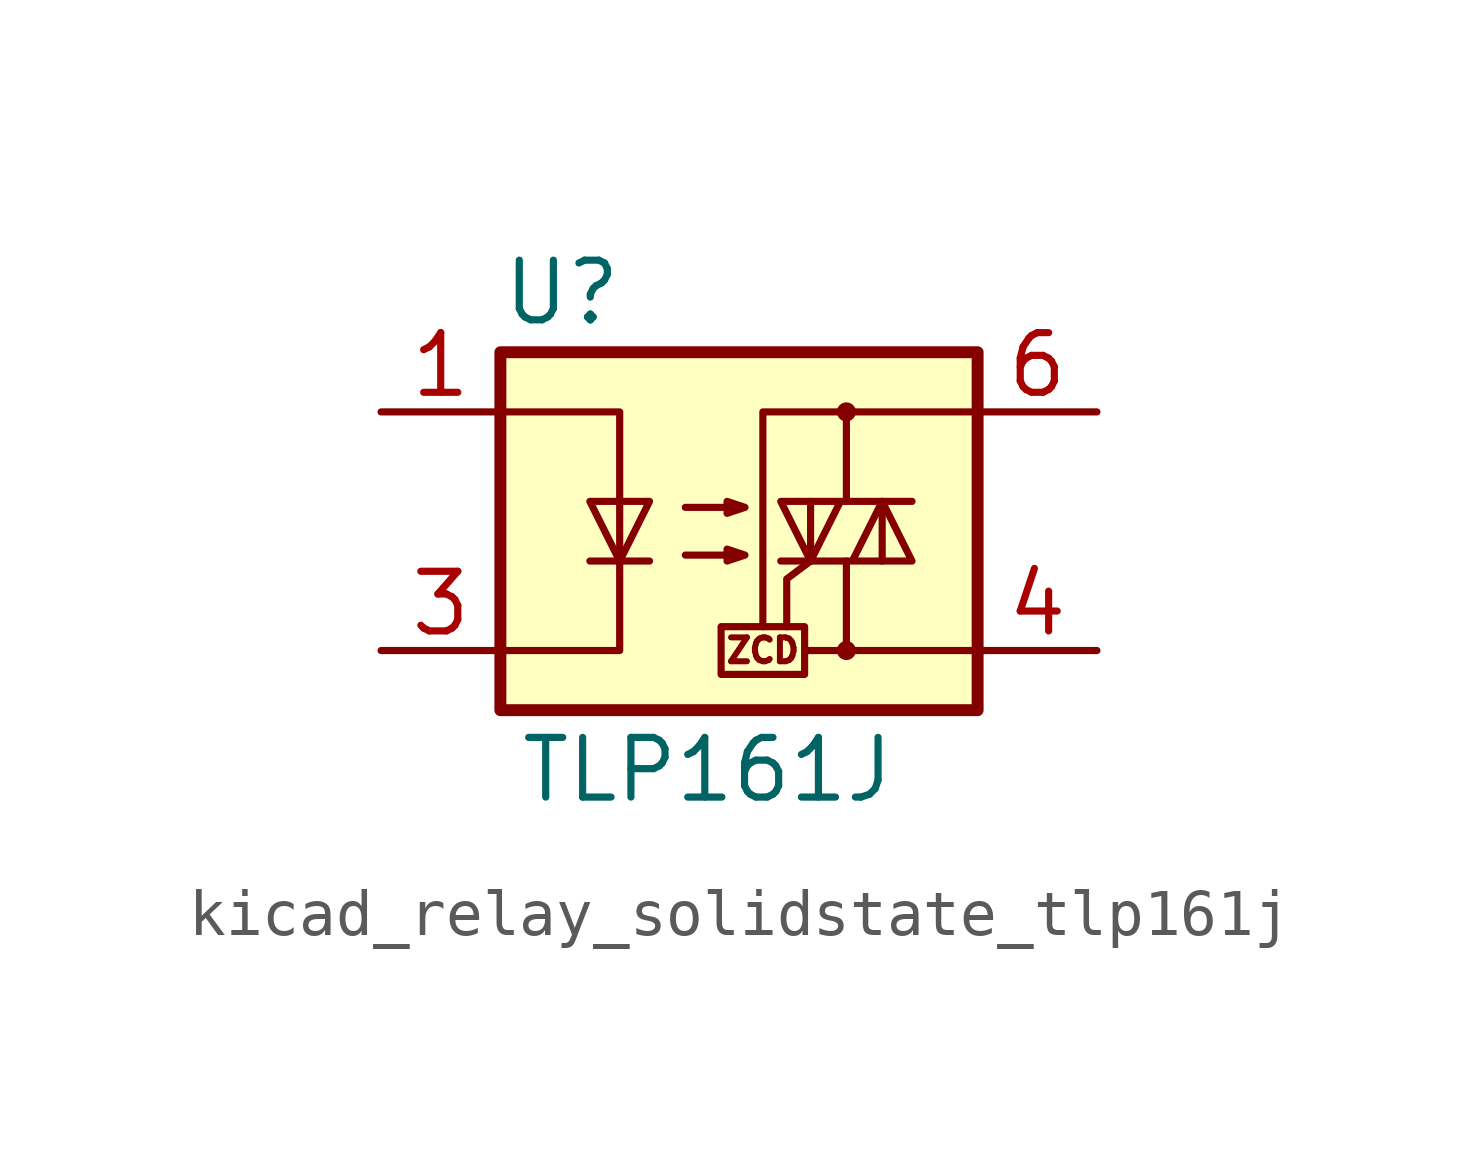
<source format=kicad_sym>
(kicad_symbol_lib
  (version 20220914)
  (generator kicad_symbol_editor)
  (symbol "kicad_relay_solidstate_tlp161j"
    (property "Reference" "U"
      (at -5.08 5.08 0)
      (effects (font (size 1.27 1.27)) (justify left)))
    (property "Value" "TLP161J"
      (at -4.699 -5.08 0)
      (effects (font (size 1.27 1.27)) (justify left)))
    (symbol "kicad_relay_solidstate_tlp161j_0_0"
      (rectangle (start -0.381 -2.032) (end 1.397 -3.048) (stroke (width 0) (type default)) (fill (type none)))
      (polyline (pts (xy 2.286 -2.54) (xy 1.397 -2.54)) (stroke (width 0) (type default)) (fill (type none)))
      (polyline (pts (xy 1.524 -0.635) (xy 1.016 -1.016) (xy 1.016 -2.032)) (stroke (width 0) (type default)) (fill (type none)))
      (text "ZCD" (at 0.508 -2.54 0) (effects (font (size 0.508 0.508)))))
    (symbol "kicad_relay_solidstate_tlp161j_0_1"
      (rectangle (start -5.08 3.81) (end 5.08 -3.81) (stroke (width 0.254) (type default)) (fill (type background)))
      (polyline (pts (xy -3.175 -0.635) (xy -1.905 -0.635)) (stroke (width 0) (type default)) (fill (type none)))
      (polyline (pts (xy 1.524 -0.635) (xy 1.524 0.635)) (stroke (width 0) (type default)) (fill (type none)))
      (polyline (pts (xy 3.048 0.635) (xy 3.048 -0.635)) (stroke (width 0) (type default)) (fill (type none)))
      (polyline (pts (xy 2.286 -0.635) (xy 2.286 -2.54) (xy 5.08 -2.54)) (stroke (width 0) (type default)) (fill (type none)))
      (polyline (pts (xy 2.286 0.635) (xy 2.286 2.54) (xy 5.08 2.54)) (stroke (width 0) (type default)) (fill (type none)))
      (polyline (pts (xy 2.286 2.54) (xy 0.508 2.54) (xy 0.508 -2.032)) (stroke (width 0) (type default)) (fill (type none)))
      (polyline (pts (xy -5.08 2.54) (xy -2.54 2.54) (xy -2.54 -2.54) (xy -5.08 -2.54)) (stroke (width 0) (type default)) (fill (type none)))
      (polyline (pts (xy -2.54 -0.635) (xy -3.175 0.635) (xy -1.905 0.635) (xy -2.54 -0.635)) (stroke (width 0) (type default)) (fill (type none)))
      (polyline (pts (xy 0.889 -0.635) (xy 3.683 -0.635) (xy 3.048 0.635) (xy 2.413 -0.635)) (stroke (width 0) (type default)) (fill (type none)))
      (polyline (pts (xy 3.683 0.635) (xy 0.889 0.635) (xy 1.524 -0.635) (xy 2.159 0.635)) (stroke (width 0) (type default)) (fill (type none)))
      (polyline (pts (xy -1.143 -0.508) (xy 0.127 -0.508) (xy -0.254 -0.635) (xy -0.254 -0.381) (xy 0.127 -0.508)) (stroke (width 0) (type default)) (fill (type none)))
      (polyline (pts (xy -1.143 0.508) (xy 0.127 0.508) (xy -0.254 0.381) (xy -0.254 0.635) (xy 0.127 0.508)) (stroke (width 0) (type default)) (fill (type none)))
      (circle (center 2.286 -2.54) (radius 0.127) (stroke (width 0) (type default)) (fill (type none)))
      (circle (center 2.286 2.54) (radius 0.127) (stroke (width 0) (type default)) (fill (type none))))
    (symbol "kicad_relay_solidstate_tlp161j_1_1"
      (pin passive line (at -7.62 2.54 0) (length 2.54) (name "~" (effects (font (size 1.27 1.27)))) (number "1" (effects (font (size 1.27 1.27)))))
      (pin passive line (at -7.62 -2.54 0) (length 2.54) (name "~" (effects (font (size 1.27 1.27)))) (number "3" (effects (font (size 1.27 1.27)))))
      (pin passive line (at 7.62 -2.54 180) (length 2.54) (name "~" (effects (font (size 1.27 1.27)))) (number "4" (effects (font (size 1.27 1.27)))))
      (pin passive line (at 7.62 2.54 180) (length 2.54) (name "~" (effects (font (size 1.27 1.27)))) (number "6" (effects (font (size 1.27 1.27))))))))
</source>
